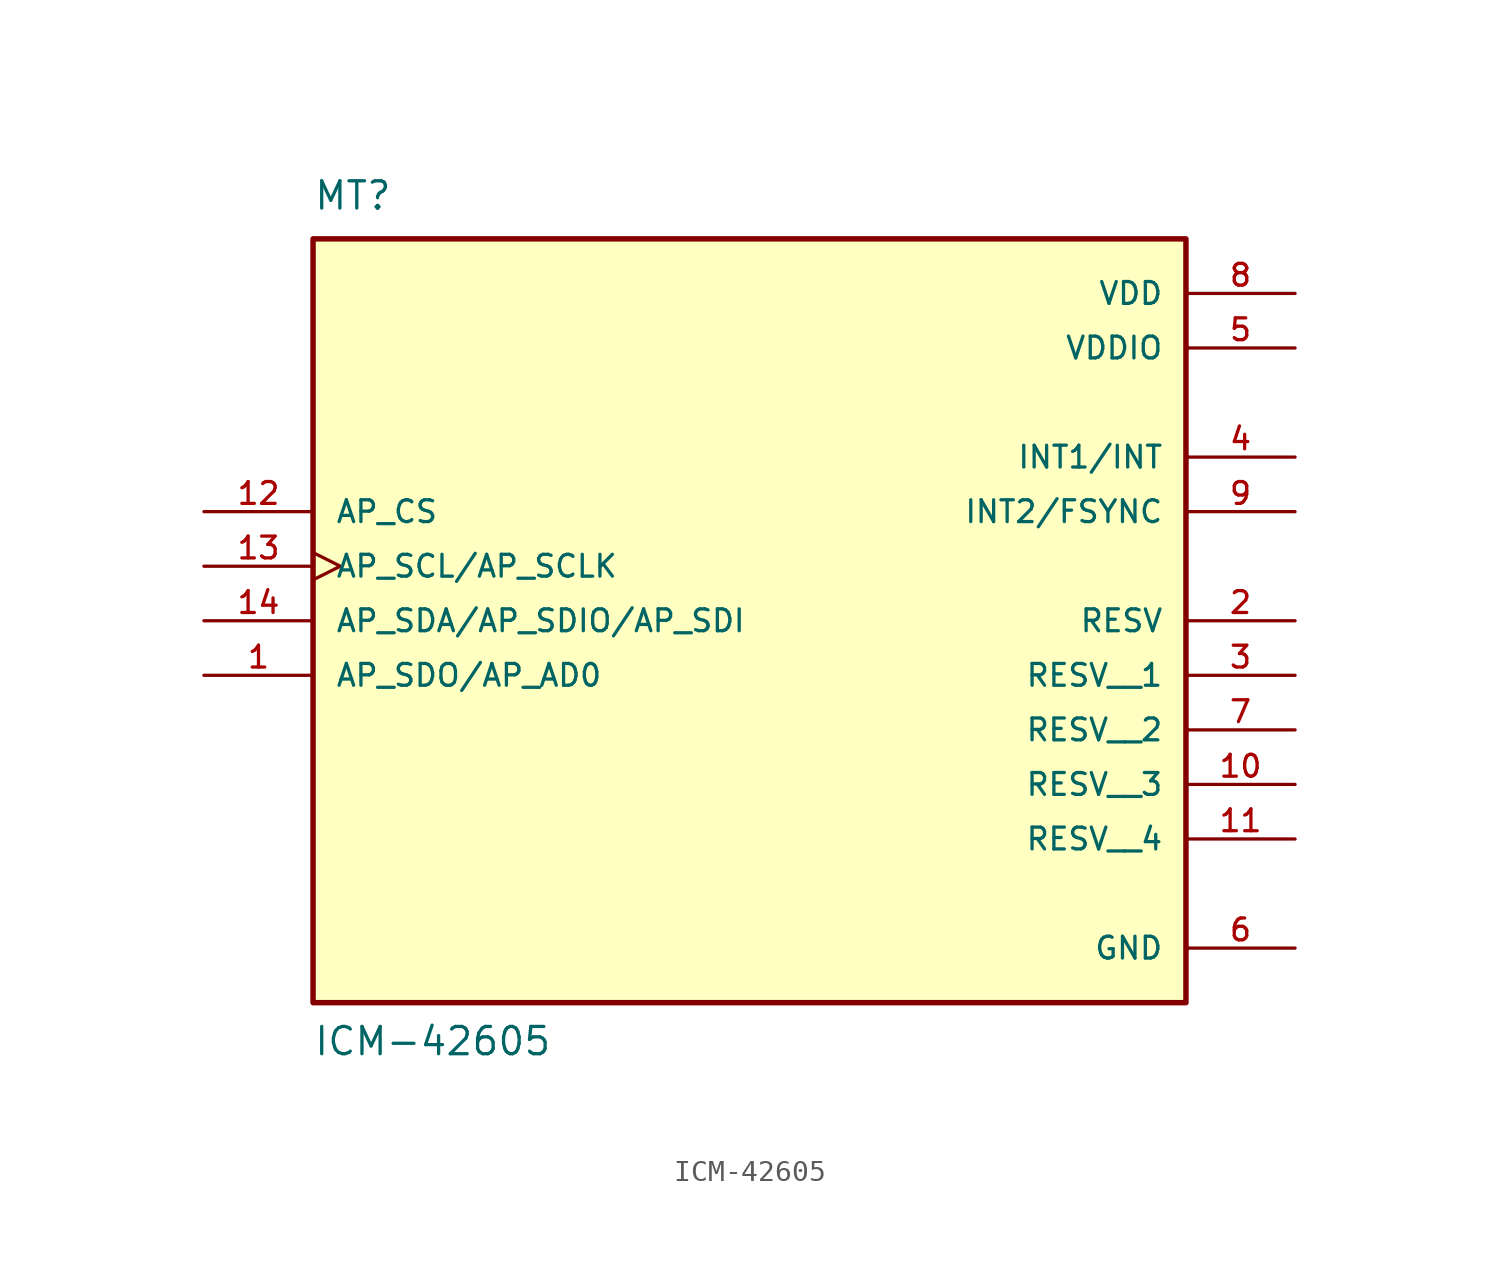
<source format=kicad_sym>
(kicad_symbol_lib
  (version 20211014)
  (generator kicad_symbol_editor)
  (symbol "ICM-42605"
    (pin_names
      (offset 1.016))
    (property "Reference" "MT"
      (at -20.32 13.97 0)
      (effects (font (size 1.27 1.27)) (justify bottom left)))
    (property "Value" "ICM-42605"
      (at -20.32 -25.4 0)
      (effects (font (size 1.27 1.27)) (justify bottom left)))
    (symbol "ICM-42605_0_0"
      (rectangle (start -20.32 -22.86) (end 20.32 12.7) (stroke (width 0.254)) (fill (type background)))
      (pin power_in line (at 25.4 7.62 180.0) (length 5.08) (name "VDDIO" (effects (font (size 1.016 1.016)))) (number "5" (effects (font (size 1.016 1.016)))))
      (pin power_in line (at 25.4 -20.32 180.0) (length 5.08) (name "GND" (effects (font (size 1.016 1.016)))) (number "6" (effects (font (size 1.016 1.016)))))
      (pin power_in line (at 25.4 10.16 180.0) (length 5.08) (name "VDD" (effects (font (size 1.016 1.016)))) (number "8" (effects (font (size 1.016 1.016)))))
      (pin passive line (at 25.4 -5.08 180.0) (length 5.08) (name "RESV" (effects (font (size 1.016 1.016)))) (number "2" (effects (font (size 1.016 1.016)))))
      (pin bidirectional line (at -25.4 -7.62 0) (length 5.08) (name "AP_SDO/AP_AD0" (effects (font (size 1.016 1.016)))) (number "1" (effects (font (size 1.016 1.016)))))
      (pin output line (at 25.4 2.54 180.0) (length 5.08) (name "INT1/INT" (effects (font (size 1.016 1.016)))) (number "4" (effects (font (size 1.016 1.016)))))
      (pin bidirectional line (at 25.4 0.0 180.0) (length 5.08) (name "INT2/FSYNC" (effects (font (size 1.016 1.016)))) (number "9" (effects (font (size 1.016 1.016)))))
      (pin input line (at -25.4 0.0 0) (length 5.08) (name "AP_CS" (effects (font (size 1.016 1.016)))) (number "12" (effects (font (size 1.016 1.016)))))
      (pin input clock (at -25.4 -2.54 0) (length 5.08) (name "AP_SCL/AP_SCLK" (effects (font (size 1.016 1.016)))) (number "13" (effects (font (size 1.016 1.016)))))
      (pin bidirectional line (at -25.4 -5.08 0) (length 5.08) (name "AP_SDA/AP_SDIO/AP_SDI" (effects (font (size 1.016 1.016)))) (number "14" (effects (font (size 1.016 1.016)))))
      (pin passive line (at 25.4 -7.62 180.0) (length 5.08) (name "RESV__1" (effects (font (size 1.016 1.016)))) (number "3" (effects (font (size 1.016 1.016)))))
      (pin passive line (at 25.4 -10.16 180.0) (length 5.08) (name "RESV__2" (effects (font (size 1.016 1.016)))) (number "7" (effects (font (size 1.016 1.016)))))
      (pin passive line (at 25.4 -12.7 180.0) (length 5.08) (name "RESV__3" (effects (font (size 1.016 1.016)))) (number "10" (effects (font (size 1.016 1.016)))))
      (pin passive line (at 25.4 -15.24 180.0) (length 5.08) (name "RESV__4" (effects (font (size 1.016 1.016)))) (number "11" (effects (font (size 1.016 1.016))))))))
</source>
